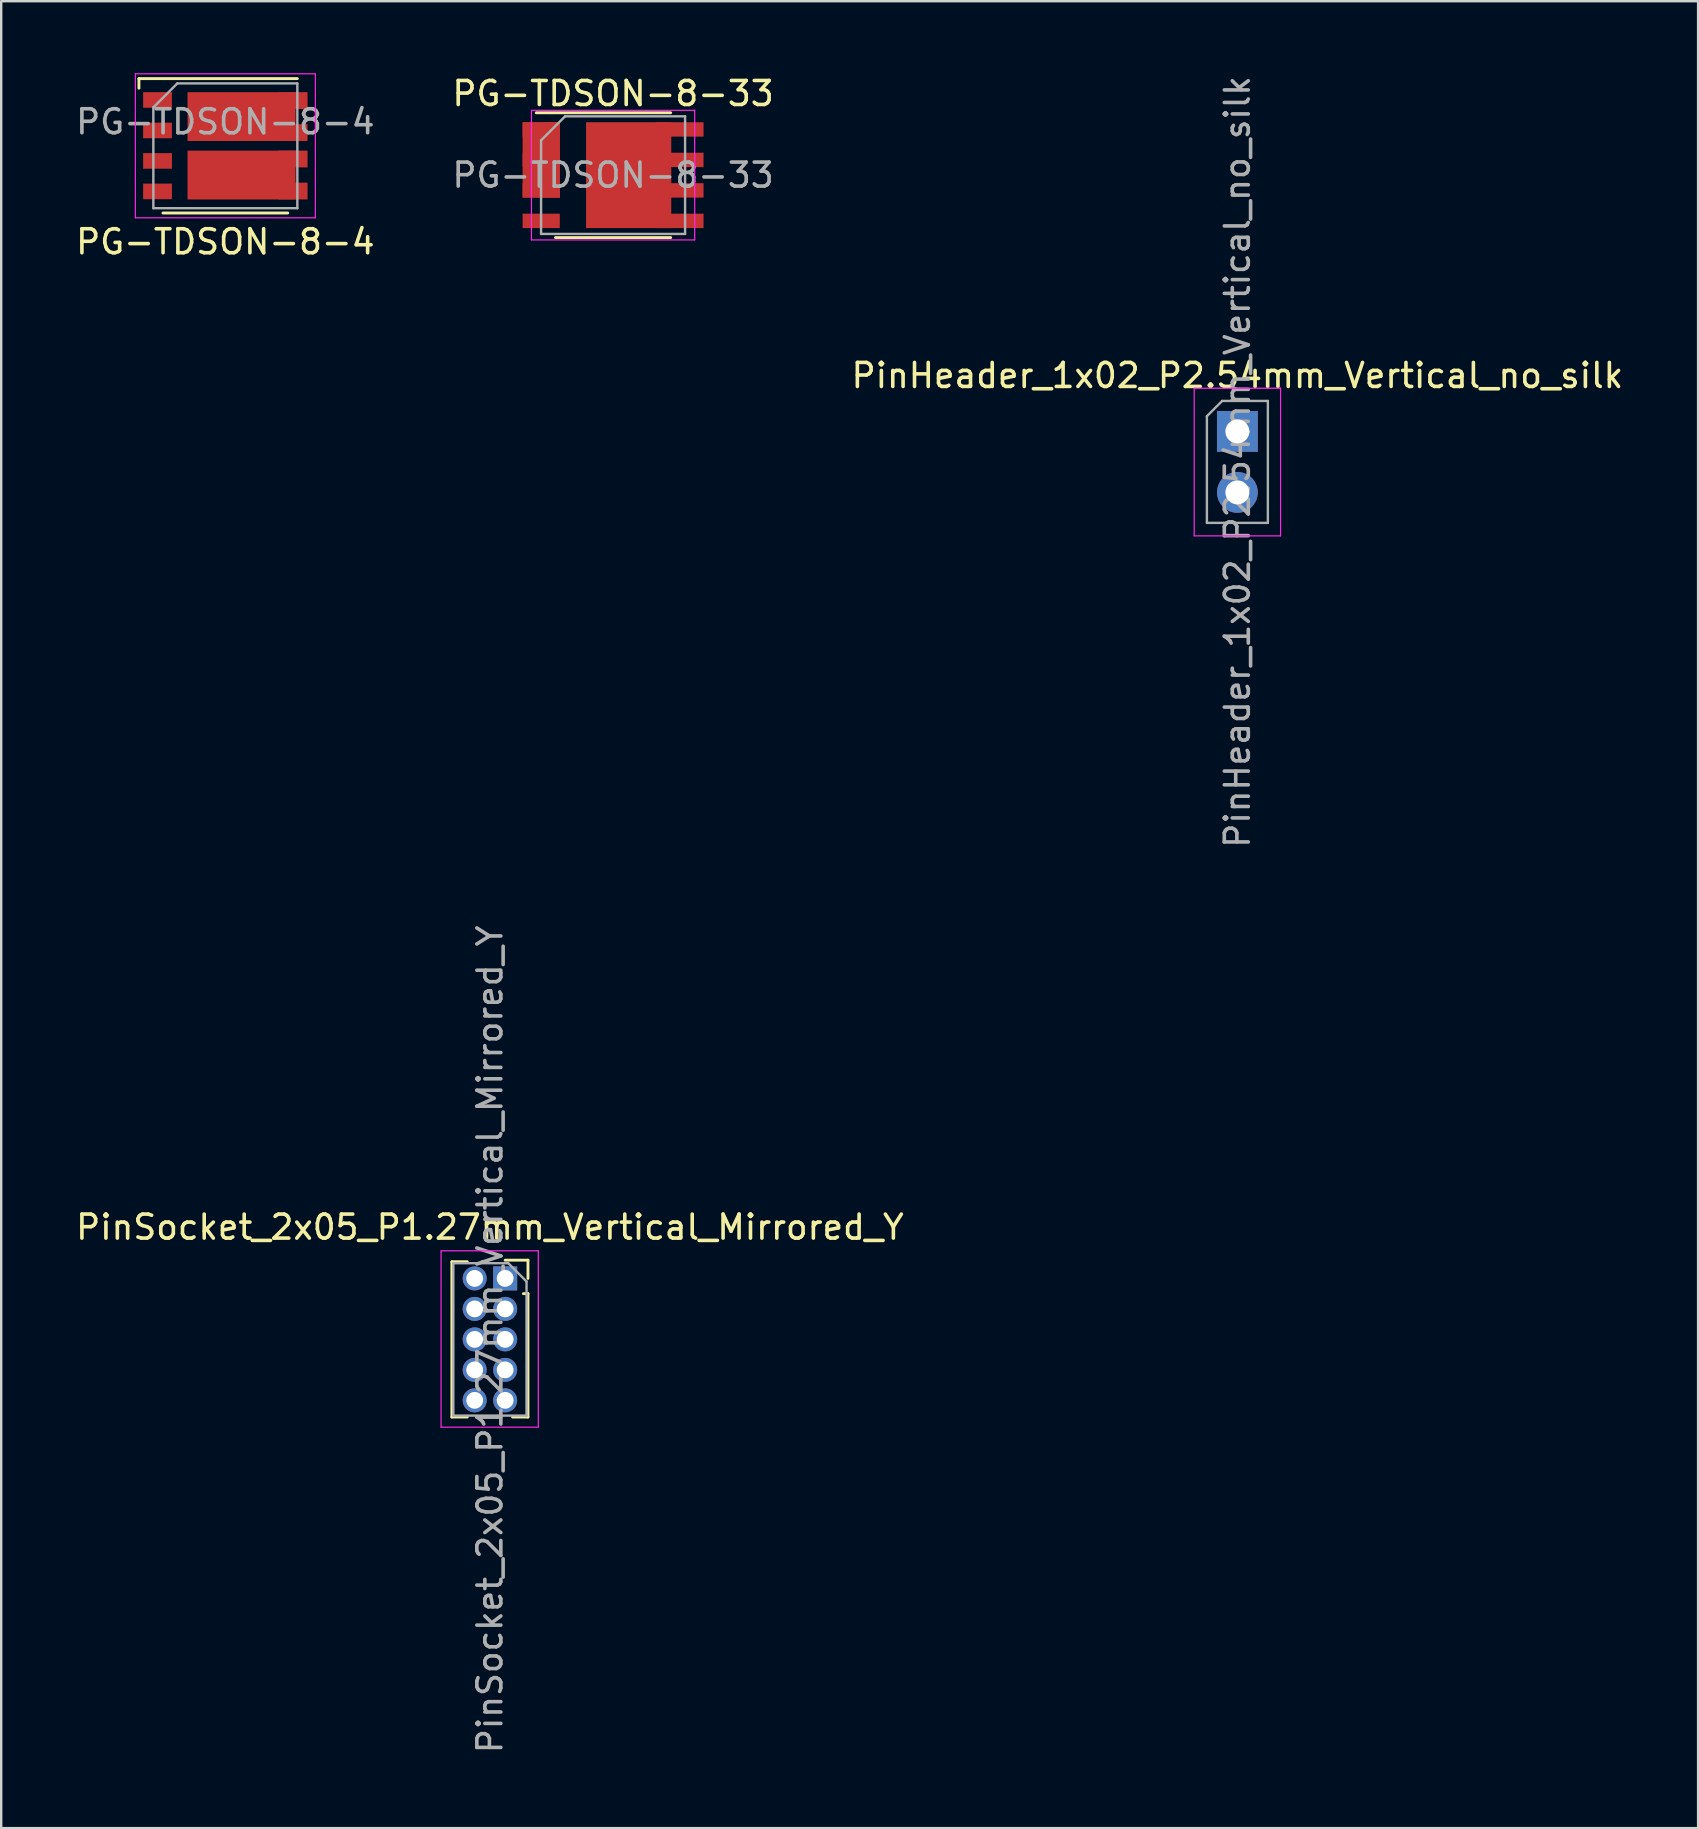
<source format=kicad_pcb>
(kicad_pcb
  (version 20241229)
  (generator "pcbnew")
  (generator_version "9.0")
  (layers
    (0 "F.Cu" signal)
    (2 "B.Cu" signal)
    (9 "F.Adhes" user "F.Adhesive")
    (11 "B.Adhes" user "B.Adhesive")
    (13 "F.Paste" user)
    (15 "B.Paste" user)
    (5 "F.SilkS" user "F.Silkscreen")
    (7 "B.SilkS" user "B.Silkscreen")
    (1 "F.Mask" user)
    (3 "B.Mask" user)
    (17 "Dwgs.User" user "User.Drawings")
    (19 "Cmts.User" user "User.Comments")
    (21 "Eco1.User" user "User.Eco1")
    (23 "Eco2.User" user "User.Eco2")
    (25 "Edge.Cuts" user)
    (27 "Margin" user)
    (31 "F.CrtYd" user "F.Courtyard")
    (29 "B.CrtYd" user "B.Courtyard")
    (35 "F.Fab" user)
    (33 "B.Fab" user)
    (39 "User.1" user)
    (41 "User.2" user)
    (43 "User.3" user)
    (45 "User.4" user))
  (footprint "PinHeader_1x02_P2.54mm_Vertical_no_silk"
    (layer "F.Cu")
    (at 48.506 14.926)
    (property "Reference" "PinHeader_1x02_P2.54mm_Vertical_no_silk" (at 0 -2.33 0) (layer "F.SilkS") (effects (font (size 1 1) (thickness 0.15))))
    (attr through_hole)
    (fp_line (start -1.8 -1.8) (end -1.8 4.35) (stroke (width 0.05) (type solid)) (layer "F.CrtYd"))
    (fp_line (start -1.8 4.35) (end 1.8 4.35) (stroke (width 0.05) (type solid)) (layer "F.CrtYd"))
    (fp_line (start 1.8 -1.8) (end -1.8 -1.8) (stroke (width 0.05) (type solid)) (layer "F.CrtYd"))
    (fp_line (start 1.8 4.35) (end 1.8 -1.8) (stroke (width 0.05) (type solid)) (layer "F.CrtYd"))
    (fp_line (start -1.27 -0.635) (end -0.635 -1.27) (stroke (width 0.1) (type solid)) (layer "F.Fab"))
    (fp_line (start -1.27 3.81) (end -1.27 -0.635) (stroke (width 0.1) (type solid)) (layer "F.Fab"))
    (fp_line (start -0.635 -1.27) (end 1.27 -1.27) (stroke (width 0.1) (type solid)) (layer "F.Fab"))
    (fp_line (start 1.27 -1.27) (end 1.27 3.81) (stroke (width 0.1) (type solid)) (layer "F.Fab"))
    (fp_line (start 1.27 3.81) (end -1.27 3.81) (stroke (width 0.1) (type solid)) (layer "F.Fab"))
    (fp_text user "${REFERENCE}" (at 0 1.27 90) (layer "F.Fab") (effects (font (size 1 1) (thickness 0.15))))
    (pad "1" thru_hole rect (at 0 0) (size 1.7 1.7) (drill 1) (layers "*.Cu" "*.Mask"))
    (pad "2" thru_hole oval (at 0 2.54) (size 1.7 1.7) (drill 1) (layers "*.Cu" "*.Mask")))
  (footprint "PG-TDSON-8-4"
    (layer "F.Cu")
    (at 6.339 3.025)
    (property "Reference" "PG-TDSON-8-4" (at 0 4 0) (layer "F.SilkS") (effects (font (size 1 1) (thickness 0.15))))
    (attr smd)
    (fp_line (start -3.6 -2.8) (end -3.6 -2.4) (stroke (width 0.12) (type solid)) (layer "F.SilkS"))
    (fp_line (start 2.6 2.8) (end -2.6 2.8) (stroke (width 0.12) (type solid)) (layer "F.SilkS"))
    (fp_line (start 3 -2.8) (end -3.6 -2.8) (stroke (width 0.12) (type solid)) (layer "F.SilkS"))
    (fp_line (start -3.75 -3) (end -3.75 3) (stroke (width 0.05) (type solid)) (layer "F.CrtYd"))
    (fp_line (start -3.75 3) (end 3.75 3) (stroke (width 0.05) (type solid)) (layer "F.CrtYd"))
    (fp_line (start 3.75 -3) (end -3.75 -3) (stroke (width 0.05) (type solid)) (layer "F.CrtYd"))
    (fp_line (start 3.75 3) (end 3.75 -3) (stroke (width 0.05) (type solid)) (layer "F.CrtYd"))
    (fp_line (start -3 2.6) (end -3 -1.6) (stroke (width 0.1) (type solid)) (layer "F.Fab"))
    (fp_line (start -2 -2.6) (end -3 -1.6) (stroke (width 0.1) (type solid)) (layer "F.Fab"))
    (fp_line (start -2 -2.6) (end 3 -2.6) (stroke (width 0.1) (type solid)) (layer "F.Fab"))
    (fp_line (start 3 -2.6) (end 3 2.6) (stroke (width 0.1) (type solid)) (layer "F.Fab"))
    (fp_line (start 3 2.6) (end -3 2.6) (stroke (width 0.1) (type solid)) (layer "F.Fab"))
    (fp_text user "${REFERENCE}" (at 0 -1 0) (layer "F.Fab") (effects (font (size 1 1) (thickness 0.15))))
    (pad "" smd rect (at -0.715 -1.218) (size 1.02 1.7) (layers "F.Paste"))
    (pad "" smd rect (at -0.715 1.218) (size 1.02 1.7) (layers "F.Paste"))
    (pad "" smd rect (at 1.12 -1.218) (size 1.845 1.7) (layers "F.Paste"))
    (pad "" smd rect (at 1.12 1.218) (size 1.845 1.7) (layers "F.Paste"))
    (pad "1" smd rect (at -2.825 -1.91) (size 1.2 0.65) (layers "F.Cu" "F.Mask" "F.Paste"))
    (pad "2" smd rect (at -2.825 -0.64) (size 1.2 0.65) (layers "F.Cu" "F.Mask" "F.Paste"))
    (pad "3" smd rect (at -2.825 0.63) (size 1.2 0.65) (layers "F.Cu" "F.Mask" "F.Paste"))
    (pad "4" smd rect (at -2.825 1.9) (size 1.2 0.65) (layers "F.Cu" "F.Mask" "F.Paste"))
    (pad "5" smd rect (at 0.675 1.218) (size 4.5 2.035) (layers "F.Cu" "F.Mask"))
    (pad "5" smd rect (at 2.825 0.55 180) (size 1.2 0.7) (layers "F.Cu" "F.Mask" "F.Paste"))
    (pad "5" smd rect (at 2.825 1.885 180) (size 1.2 0.7) (layers "F.Cu" "F.Mask" "F.Paste"))
    (pad "6" smd rect (at 0.675 -1.218) (size 4.5 2.035) (layers "F.Cu" "F.Mask"))
    (pad "6" smd rect (at 2.825 -1.885 180) (size 1.2 0.7) (layers "F.Cu" "F.Mask" "F.Paste"))
    (pad "6" smd rect (at 2.825 -0.55 180) (size 1.2 0.7) (layers "F.Cu" "F.Mask" "F.Paste")))
  (footprint "PinSocket_2x05_P1.27mm_Vertical_Mirrored_Y"
    (layer "F.Cu")
    (at 17.998 50.216)
    (property "Reference" "PinSocket_2x05_P1.27mm_Vertical_Mirrored_Y" (at -0.635 -2.135 0) (layer "F.SilkS") (effects (font (size 1 1) (thickness 0.15))))
    (attr through_hole)
    (fp_line (start -2.22 -0.695) (end -2.22 5.775) (stroke (width 0.12) (type solid)) (layer "F.SilkS"))
    (fp_line (start -2.22 -0.695) (end -1.578 -0.695) (stroke (width 0.12) (type solid)) (layer "F.SilkS"))
    (fp_line (start -2.22 5.775) (end -1.578 5.775) (stroke (width 0.12) (type solid)) (layer "F.SilkS"))
    (fp_line (start -0.962 -0.695) (end -0.76 -0.695) (stroke (width 0.12) (type solid)) (layer "F.SilkS"))
    (fp_line (start -0.962 5.775) (end -0.308 5.775) (stroke (width 0.12) (type solid)) (layer "F.SilkS"))
    (fp_line (start 0 -0.76) (end 0.95 -0.76) (stroke (width 0.12) (type solid)) (layer "F.SilkS"))
    (fp_line (start 0.308 5.775) (end 0.95 5.775) (stroke (width 0.12) (type solid)) (layer "F.SilkS"))
    (fp_line (start 0.76 0.635) (end 0.95 0.635) (stroke (width 0.12) (type solid)) (layer "F.SilkS"))
    (fp_line (start 0.95 -0.76) (end 0.95 0) (stroke (width 0.12) (type solid)) (layer "F.SilkS"))
    (fp_line (start 0.95 0.635) (end 0.95 5.775) (stroke (width 0.12) (type solid)) (layer "F.SilkS"))
    (fp_line (start -2.67 -1.15) (end 1.38 -1.15) (stroke (width 0.05) (type solid)) (layer "F.CrtYd"))
    (fp_line (start -2.67 6.2) (end -2.67 -1.15) (stroke (width 0.05) (type solid)) (layer "F.CrtYd"))
    (fp_line (start 1.38 -1.15) (end 1.38 6.2) (stroke (width 0.05) (type solid)) (layer "F.CrtYd"))
    (fp_line (start 1.38 6.2) (end -2.67 6.2) (stroke (width 0.05) (type solid)) (layer "F.CrtYd"))
    (fp_line (start -2.16 -0.635) (end 0.128 -0.635) (stroke (width 0.1) (type solid)) (layer "F.Fab"))
    (fp_line (start -2.16 5.715) (end -2.16 -0.635) (stroke (width 0.1) (type solid)) (layer "F.Fab"))
    (fp_line (start 0.128 -0.635) (end 0.89 0.128) (stroke (width 0.1) (type solid)) (layer "F.Fab"))
    (fp_line (start 0.89 0.128) (end 0.89 5.715) (stroke (width 0.1) (type solid)) (layer "F.Fab"))
    (fp_line (start 0.89 5.715) (end -2.16 5.715) (stroke (width 0.1) (type solid)) (layer "F.Fab"))
    (fp_text user "${REFERENCE}" (at -0.635 2.54 90) (layer "F.Fab") (effects (font (size 1 1) (thickness 0.15))))
    (pad "1" thru_hole oval (at 0 5.08) (size 1 1) (drill 0.7) (layers "*.Cu" "*.Mask"))
    (pad "2" thru_hole oval (at -1.27 5.08) (size 1 1) (drill 0.7) (layers "*.Cu" "*.Mask"))
    (pad "3" thru_hole oval (at 0 3.81) (size 1 1) (drill 0.7) (layers "*.Cu" "*.Mask"))
    (pad "4" thru_hole oval (at -1.27 3.81) (size 1 1) (drill 0.7) (layers "*.Cu" "*.Mask"))
    (pad "5" thru_hole oval (at 0 2.54) (size 1 1) (drill 0.7) (layers "*.Cu" "*.Mask"))
    (pad "6" thru_hole oval (at -1.27 2.54) (size 1 1) (drill 0.7) (layers "*.Cu" "*.Mask"))
    (pad "7" thru_hole oval (at 0 1.27) (size 1 1) (drill 0.7) (layers "*.Cu" "*.Mask"))
    (pad "8" thru_hole oval (at -1.27 1.27) (size 1 1) (drill 0.7) (layers "*.Cu" "*.Mask"))
    (pad "9" thru_hole rect (at 0 0) (size 1 1) (drill 0.7) (layers "*.Cu" "*.Mask"))
    (pad "10" thru_hole oval (at -1.27 0) (size 1 1) (drill 0.7) (layers "*.Cu" "*.Mask")))
  (footprint "PG-TDSON-8-33"
    (layer "F.Cu")
    (at 22.494 4.248)
    (property "Reference" "PG-TDSON-8-33" (at 0 -3.4 0) (layer "F.SilkS") (effects (font (size 1 1) (thickness 0.15))))
    (attr smd)
    (fp_line (start 2.4 -2.6) (end -3.2 -2.6) (stroke (width 0.12) (type solid)) (layer "F.SilkS"))
    (fp_line (start 2.4 2.6) (end -2.4 2.6) (stroke (width 0.12) (type solid)) (layer "F.SilkS"))
    (fp_line (start -3.4 -2.7) (end 3.4 -2.7) (stroke (width 0.05) (type solid)) (layer "F.CrtYd"))
    (fp_line (start -3.4 2.7) (end -3.4 -2.7) (stroke (width 0.05) (type solid)) (layer "F.CrtYd"))
    (fp_line (start 3.4 -2.7) (end 3.4 2.7) (stroke (width 0.05) (type solid)) (layer "F.CrtYd"))
    (fp_line (start 3.4 2.7) (end -3.4 2.7) (stroke (width 0.05) (type solid)) (layer "F.CrtYd"))
    (fp_line (start -3 -1.45) (end -3 2.45) (stroke (width 0.1) (type solid)) (layer "F.Fab"))
    (fp_line (start -2 -2.45) (end -3 -1.45) (stroke (width 0.1) (type solid)) (layer "F.Fab"))
    (fp_line (start -2 -2.45) (end 3 -2.45) (stroke (width 0.1) (type solid)) (layer "F.Fab"))
    (fp_line (start 3 -2.45) (end 3 2.45) (stroke (width 0.1) (type solid)) (layer "F.Fab"))
    (fp_line (start 3 2.45) (end -3 2.45) (stroke (width 0.1) (type solid)) (layer "F.Fab"))
    (fp_text user "${REFERENCE}" (at 0 0 0) (layer "F.Fab") (effects (font (size 1 1) (thickness 0.15))))
    (pad "" smd rect (at -3.345 -1.905) (size 0.75 0.5) (layers "F.Paste"))
    (pad "" smd rect (at -3.345 -0.635) (size 0.75 0.5) (layers "F.Paste"))
    (pad "" smd rect (at -3.345 0.635) (size 0.75 0.5) (layers "F.Paste"))
    (pad "" smd rect (at -3.12 1.905) (size 1.2 0.5) (layers "F.Paste"))
    (pad "" smd rect (at -2.53 -1.715 90) (size 0.88 0.5) (layers "F.Paste"))
    (pad "" smd rect (at -2.53 -0.635 90) (size 0.88 0.5) (layers "F.Paste"))
    (pad "" smd rect (at -2.53 0.445 90) (size 0.88 0.5) (layers "F.Paste"))
    (pad "" smd rect (at -0.21 -0.85) (size 1.5 1.5) (layers "F.Paste"))
    (pad "" smd rect (at -0.21 0.85) (size 1.5 1.5) (layers "F.Paste"))
    (pad "" smd rect (at 1.49 -0.85) (size 1.5 1.5) (layers "F.Paste"))
    (pad "" smd rect (at 1.49 0.85) (size 1.5 1.5) (layers "F.Paste"))
    (pad "" smd rect (at 3.12 -1.905 180) (size 1.2 0.5) (layers "F.Paste"))
    (pad "" smd rect (at 3.12 -0.635 180) (size 1.2 0.5) (layers "F.Paste"))
    (pad "" smd rect (at 3.12 0.635 180) (size 1.2 0.5) (layers "F.Paste"))
    (pad "" smd rect (at 3.12 1.905 180) (size 1.2 0.5) (layers "F.Paste"))
    (pad "1" smd rect (at -2.995 -1.905) (size 1.55 0.6) (layers "F.Cu" "F.Mask"))
    (pad "1" smd rect (at -2.995 -0.635) (size 1.55 0.6) (layers "F.Cu" "F.Mask"))
    (pad "1" smd rect (at -2.995 -0.635) (size 1.55 3.14) (layers "F.Cu"))
    (pad "1" smd rect (at -2.995 0.635) (size 1.55 0.6) (layers "F.Cu" "F.Mask"))
    (pad "1" smd rect (at -2.527 -0.635) (size 0.615 3.14) (layers "F.Cu" "F.Mask"))
    (pad "2" smd rect (at -2.995 1.905) (size 1.55 0.6) (layers "F.Cu" "F.Mask"))
    (pad "3" smd rect (at 0.65 0) (size 3.55 4.41) (layers "F.Cu" "F.Mask"))
    (pad "3" smd rect (at 2.77 -1.905) (size 2 0.6) (layers "F.Cu" "F.Mask"))
    (pad "3" smd rect (at 2.77 -0.635) (size 2 0.6) (layers "F.Cu" "F.Mask"))
    (pad "3" smd rect (at 2.77 0.635) (size 2 0.6) (layers "F.Cu" "F.Mask"))
    (pad "3" smd rect (at 2.77 1.905) (size 2 0.6) (layers "F.Cu" "F.Mask")))
  (gr_rect
    (start -3 -3)
    (end 67.702 73.119)
    (stroke (width 0.1) (type default))
    (fill no)
    (layer "Edge.Cuts")))
</source>
